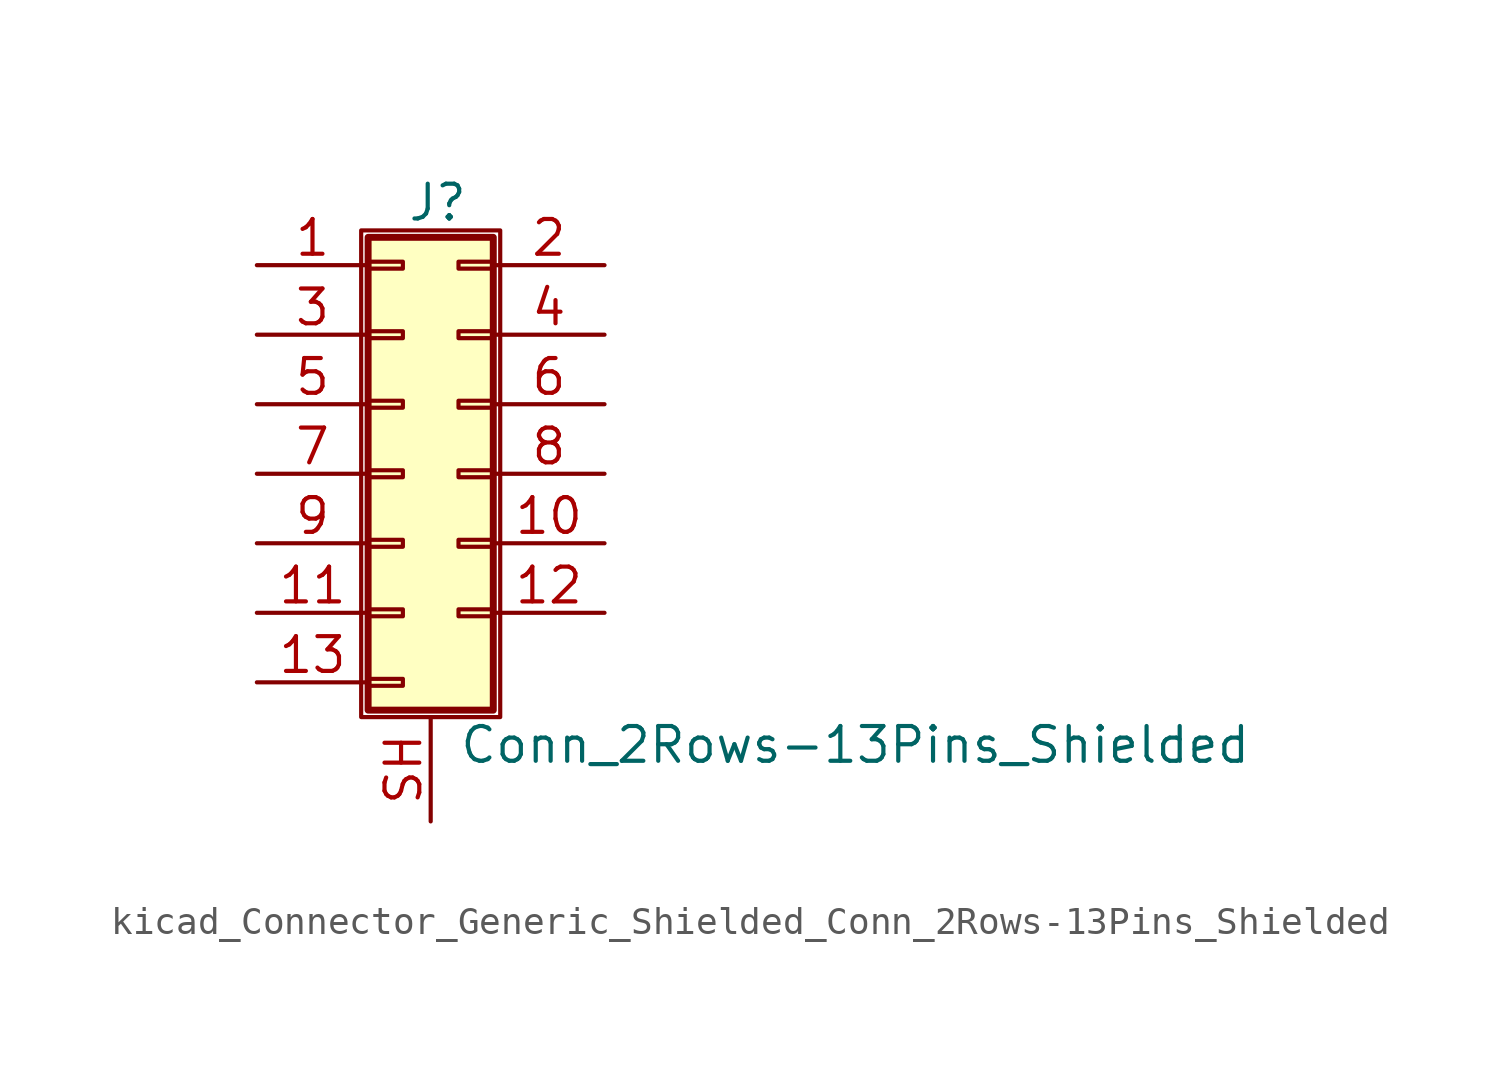
<source format=kicad_sym>
(kicad_symbol_lib
  (version 20220914)
  (generator kicad_symbol_editor)
  (symbol "kicad_Connector_Generic_Shielded_Conn_2Rows-13Pins_Shielded"
    (pin_names
      (offset 1.016) hide)
    (property "Reference" "J"
      (at 1.524 9.906 0)
      (effects (font (size 1.27 1.27))))
    (property "Value" "Conn_2Rows-13Pins_Shielded"
      (at 2.286 -9.906 0)
      (effects (font (size 1.27 1.27)) (justify left)))
    (symbol "kicad_Connector_Generic_Shielded_Conn_2Rows-13Pins_Shielded_1_1"
      (rectangle (start -1.27 8.89) (end 3.81 -8.89) (stroke (width 0.152) (type default)) (fill (type none)))
      (rectangle (start -1.016 -7.493) (end 0.254 -7.747) (stroke (width 0.152) (type default)) (fill (type none)))
      (rectangle (start -1.016 -4.953) (end 0.254 -5.207) (stroke (width 0.152) (type default)) (fill (type none)))
      (rectangle (start -1.016 -2.413) (end 0.254 -2.667) (stroke (width 0.152) (type default)) (fill (type none)))
      (rectangle (start -1.016 0.127) (end 0.254 -0.127) (stroke (width 0.152) (type default)) (fill (type none)))
      (rectangle (start -1.016 2.667) (end 0.254 2.413) (stroke (width 0.152) (type default)) (fill (type none)))
      (rectangle (start -1.016 5.207) (end 0.254 4.953) (stroke (width 0.152) (type default)) (fill (type none)))
      (rectangle (start -1.016 7.747) (end 0.254 7.493) (stroke (width 0.152) (type default)) (fill (type none)))
      (rectangle (start -1.016 8.636) (end 3.556 -8.636) (stroke (width 0.254) (type default)) (fill (type background)))
      (rectangle (start 3.556 -4.953) (end 2.286 -5.207) (stroke (width 0.152) (type default)) (fill (type none)))
      (rectangle (start 3.556 -2.413) (end 2.286 -2.667) (stroke (width 0.152) (type default)) (fill (type none)))
      (rectangle (start 3.556 0.127) (end 2.286 -0.127) (stroke (width 0.152) (type default)) (fill (type none)))
      (rectangle (start 3.556 2.667) (end 2.286 2.413) (stroke (width 0.152) (type default)) (fill (type none)))
      (rectangle (start 3.556 5.207) (end 2.286 4.953) (stroke (width 0.152) (type default)) (fill (type none)))
      (rectangle (start 3.556 7.747) (end 2.286 7.493) (stroke (width 0.152) (type default)) (fill (type none)))
      (pin passive line (at -5.08 7.62 0) (length 4.064) (name "Pin_1" (effects (font (size 1.27 1.27)))) (number "1" (effects (font (size 1.27 1.27)))))
      (pin passive line (at 7.62 -2.54 180) (length 4.064) (name "Pin_10" (effects (font (size 1.27 1.27)))) (number "10" (effects (font (size 1.27 1.27)))))
      (pin passive line (at -5.08 -5.08 0) (length 4.064) (name "Pin_11" (effects (font (size 1.27 1.27)))) (number "11" (effects (font (size 1.27 1.27)))))
      (pin passive line (at 7.62 -5.08 180) (length 4.064) (name "Pin_12" (effects (font (size 1.27 1.27)))) (number "12" (effects (font (size 1.27 1.27)))))
      (pin passive line (at -5.08 -7.62 0) (length 4.064) (name "Pin_13" (effects (font (size 1.27 1.27)))) (number "13" (effects (font (size 1.27 1.27)))))
      (pin passive line (at 7.62 7.62 180) (length 4.064) (name "Pin_2" (effects (font (size 1.27 1.27)))) (number "2" (effects (font (size 1.27 1.27)))))
      (pin passive line (at -5.08 5.08 0) (length 4.064) (name "Pin_3" (effects (font (size 1.27 1.27)))) (number "3" (effects (font (size 1.27 1.27)))))
      (pin passive line (at 7.62 5.08 180) (length 4.064) (name "Pin_4" (effects (font (size 1.27 1.27)))) (number "4" (effects (font (size 1.27 1.27)))))
      (pin passive line (at -5.08 2.54 0) (length 4.064) (name "Pin_5" (effects (font (size 1.27 1.27)))) (number "5" (effects (font (size 1.27 1.27)))))
      (pin passive line (at 7.62 2.54 180) (length 4.064) (name "Pin_6" (effects (font (size 1.27 1.27)))) (number "6" (effects (font (size 1.27 1.27)))))
      (pin passive line (at -5.08 0 0) (length 4.064) (name "Pin_7" (effects (font (size 1.27 1.27)))) (number "7" (effects (font (size 1.27 1.27)))))
      (pin passive line (at 7.62 0 180) (length 4.064) (name "Pin_8" (effects (font (size 1.27 1.27)))) (number "8" (effects (font (size 1.27 1.27)))))
      (pin passive line (at -5.08 -2.54 0) (length 4.064) (name "Pin_9" (effects (font (size 1.27 1.27)))) (number "9" (effects (font (size 1.27 1.27)))))
      (pin passive line (at 1.27 -12.7 90) (length 3.81) (name "Shield" (effects (font (size 1.27 1.27)))) (number "SH" (effects (font (size 1.27 1.27))))))))
</source>
